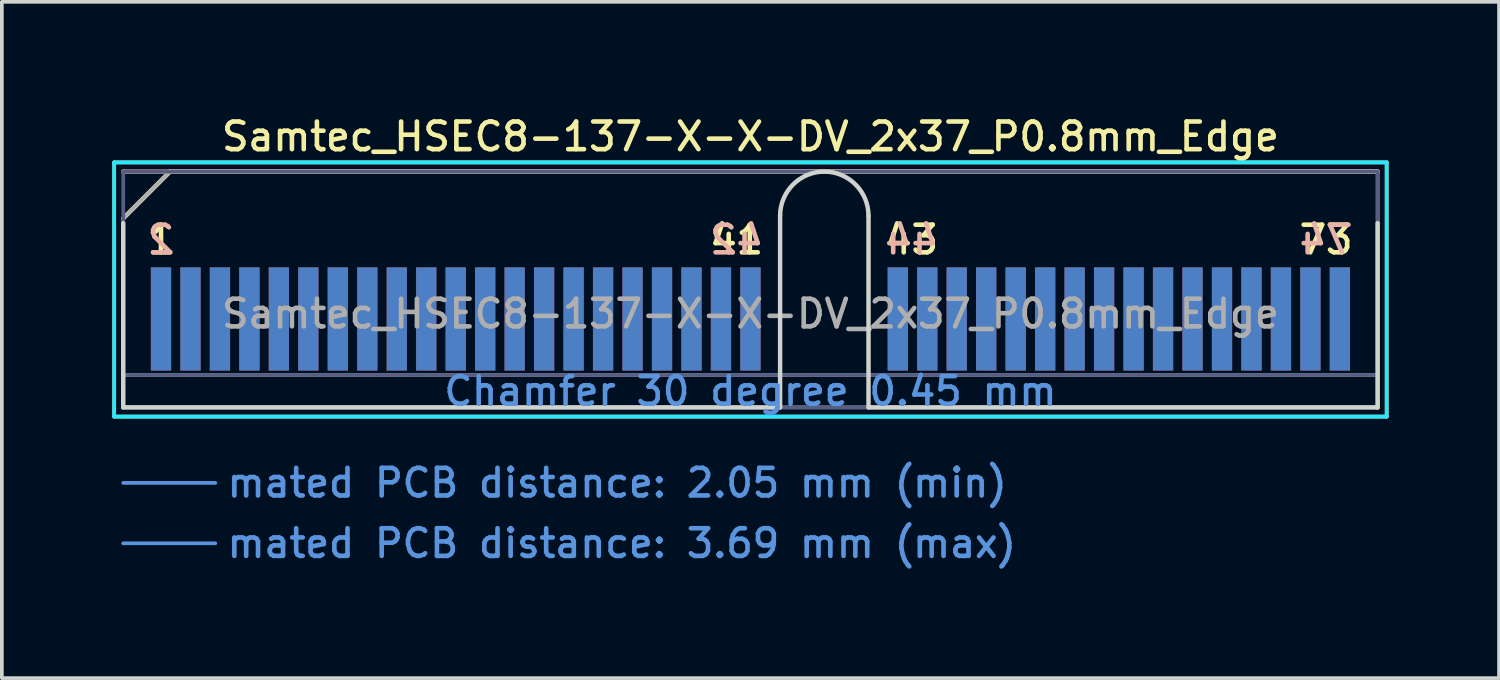
<source format=kicad_pcb>
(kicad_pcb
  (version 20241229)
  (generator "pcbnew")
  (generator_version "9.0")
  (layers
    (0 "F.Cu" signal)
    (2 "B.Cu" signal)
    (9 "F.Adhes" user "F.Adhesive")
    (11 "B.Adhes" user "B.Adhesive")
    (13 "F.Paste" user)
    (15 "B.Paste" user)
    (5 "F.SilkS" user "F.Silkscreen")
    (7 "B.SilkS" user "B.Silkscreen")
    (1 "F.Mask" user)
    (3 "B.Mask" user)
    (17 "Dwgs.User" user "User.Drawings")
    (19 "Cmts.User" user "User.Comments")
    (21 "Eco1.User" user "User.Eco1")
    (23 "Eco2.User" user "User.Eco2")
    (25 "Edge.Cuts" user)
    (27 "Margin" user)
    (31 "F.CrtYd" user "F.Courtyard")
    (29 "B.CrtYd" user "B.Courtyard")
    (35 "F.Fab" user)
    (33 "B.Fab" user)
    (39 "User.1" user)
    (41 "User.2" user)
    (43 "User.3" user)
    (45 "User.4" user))
  (footprint "Samtec_HSEC8-137-X-X-DV_2x37_P0.8mm_Edge"
    (layer "F.Cu")
    (at 17.32 8.008)
    (property "Reference" "Samtec_HSEC8-137-X-X-DV_2x37_P0.8mm_Edge" (at 0 -7.35 0) (layer "F.SilkS") (effects (font (size 0.75 0.75) (thickness 0.125))))
    (attr exclude_from_pos_files exclude_from_bom)
    (fp_line (start -17.27 -6.65) (end -17.27 0.25) (stroke (width 0.1) (type solid)) (layer "F.SilkS"))
    (fp_line (start -17.27 0.25) (end 17.27 0.25) (stroke (width 0.1) (type solid)) (layer "F.SilkS"))
    (fp_line (start -17.025 -5.13) (end -15.755 -6.4) (stroke (width 0.12) (type solid)) (layer "F.SilkS"))
    (fp_line (start -15.755 -6.4) (end 17.025 -6.4) (stroke (width 0.12) (type solid)) (layer "F.SilkS"))
    (fp_line (start 17.27 -6.65) (end -17.27 -6.65) (stroke (width 0.1) (type solid)) (layer "F.SilkS"))
    (fp_line (start 17.27 0.25) (end 17.27 -6.65) (stroke (width 0.1) (type solid)) (layer "F.SilkS"))
    (fp_line (start -17.025 -6.4) (end -17.025 -6.4) (stroke (width 0.12) (type solid)) (layer "B.SilkS"))
    (fp_line (start -17.025 -6.4) (end 17.025 -6.4) (stroke (width 0.12) (type solid)) (layer "B.SilkS"))
    (fp_line (start -17.025 2.05) (end -14.525 2.05) (stroke (width 0.1) (type solid)) (layer "Cmts.User"))
    (fp_line (start -17.025 3.69) (end -14.525 3.69) (stroke (width 0.1) (type solid)) (layer "Cmts.User"))
    (fp_line (start -17.025 -5) (end -17.025 0) (stroke (width 0.12) (type solid)) (layer "Edge.Cuts"))
    (fp_line (start -17.025 0) (end 0.805 0) (stroke (width 0.12) (type solid)) (layer "Edge.Cuts"))
    (fp_line (start 0.805 0) (end 0.805 -5.2) (stroke (width 0.12) (type solid)) (layer "Edge.Cuts"))
    (fp_line (start 3.205 -5.2) (end 3.205 0) (stroke (width 0.12) (type solid)) (layer "Edge.Cuts"))
    (fp_line (start 3.205 0) (end 17.025 0) (stroke (width 0.12) (type solid)) (layer "Edge.Cuts"))
    (fp_line (start 17.025 0) (end 17.025 -5) (stroke (width 0.12) (type solid)) (layer "Edge.Cuts"))
    (fp_arc (start 0.805 -5.2) (mid 2.005 -6.4) (end 3.205 -5.2) (stroke (width 0.12) (type solid)) (layer "Edge.Cuts"))
    (fp_line (start -17.27 -6.65) (end -17.27 0.25) (stroke (width 0.1) (type solid)) (layer "B.CrtYd"))
    (fp_line (start -17.27 0.25) (end 17.27 0.25) (stroke (width 0.1) (type solid)) (layer "B.CrtYd"))
    (fp_line (start 17.27 -6.65) (end -17.27 -6.65) (stroke (width 0.1) (type solid)) (layer "B.CrtYd"))
    (fp_line (start 17.27 0.25) (end 17.27 -6.65) (stroke (width 0.1) (type solid)) (layer "B.CrtYd"))
    (fp_line (start -17.025 -6.4) (end -17.025 -6.4) (stroke (width 0.1) (type solid)) (layer "B.Fab"))
    (fp_line (start -17.025 -6.4) (end -17.025 0) (stroke (width 0.1) (type solid)) (layer "B.Fab"))
    (fp_line (start -17.025 -6.4) (end 17.025 -6.4) (stroke (width 0.1) (type solid)) (layer "B.Fab"))
    (fp_line (start -17.025 -0.88) (end 17.025 -0.88) (stroke (width 0.1) (type solid)) (layer "B.Fab"))
    (fp_line (start -17.025 0) (end 17.025 0) (stroke (width 0.1) (type solid)) (layer "B.Fab"))
    (fp_line (start 17.025 -6.4) (end 17.025 0) (stroke (width 0.1) (type solid)) (layer "B.Fab"))
    (fp_line (start -17.025 -5.13) (end -17.025 0) (stroke (width 0.1) (type solid)) (layer "F.Fab"))
    (fp_line (start -17.025 -5.13) (end -15.755 -6.4) (stroke (width 0.1) (type solid)) (layer "F.Fab"))
    (fp_line (start -17.025 -0.88) (end 17.025 -0.88) (stroke (width 0.1) (type solid)) (layer "F.Fab"))
    (fp_line (start -17.025 0) (end 17.025 0) (stroke (width 0.1) (type solid)) (layer "F.Fab"))
    (fp_line (start -15.755 -6.4) (end 17.025 -6.4) (stroke (width 0.1) (type solid)) (layer "F.Fab"))
    (fp_line (start 17.025 -6.4) (end 17.025 0) (stroke (width 0.1) (type solid)) (layer "F.Fab"))
    (fp_text user "73" (at 15.625 -4.55 0) (layer "F.SilkS") (effects (font (size 0.75 0.75) (thickness 0.125))))
    (fp_text user "43" (at 4.375 -4.55 0) (layer "F.SilkS") (effects (font (size 0.75 0.75) (thickness 0.125))))
    (fp_text user "1" (at -16 -4.55 0) (layer "F.SilkS") (effects (font (size 0.75 0.75) (thickness 0.125))))
    (fp_text user "41" (at -0.375 -4.55 0) (layer "F.SilkS") (effects (font (size 0.75 0.75) (thickness 0.125))))
    (fp_text user "74" (at 15.625 -4.55 0) (layer "B.SilkS") (effects (font (size 0.75 0.75) (thickness 0.125)) (justify mirror)))
    (fp_text user "2" (at -16 -4.55 0) (layer "B.SilkS") (effects (font (size 0.75 0.75) (thickness 0.125)) (justify mirror)))
    (fp_text user "44" (at 4.375 -4.55 0) (layer "B.SilkS") (effects (font (size 0.75 0.75) (thickness 0.125)) (justify mirror)))
    (fp_text user "42" (at -0.375 -4.55 0) (layer "B.SilkS") (effects (font (size 0.75 0.75) (thickness 0.125)) (justify mirror)))
    (fp_text user "mated PCB distance: 3.69 mm (max)" (at -14.27 3.69 0) (layer "Cmts.User") (effects (font (size 0.75 0.75) (thickness 0.125)) (justify left)))
    (fp_text user "Chamfer 30 degree 0.45 mm" (at 0 -0.44 0) (layer "Cmts.User") (effects (font (size 0.75 0.75) (thickness 0.125))))
    (fp_text user "mated PCB distance: 2.05 mm (min)" (at -14.27 2.05 0) (layer "Cmts.User") (effects (font (size 0.75 0.75) (thickness 0.125)) (justify left)))
    (fp_text user "${REFERENCE}" (at 0 -2.54 0) (layer "F.Fab") (effects (font (size 0.75 0.75) (thickness 0.125))))
    (pad "1" connect rect (at -16 -2.4) (size 0.55 2.8) (layers "F.Cu" "F.Mask"))
    (pad "2" connect rect (at -16 -2.4) (size 0.55 2.8) (layers "B.Cu" "B.Mask"))
    (pad "3" connect rect (at -15.2 -2.4) (size 0.55 2.8) (layers "F.Cu" "F.Mask"))
    (pad "4" connect rect (at -15.2 -2.4) (size 0.55 2.8) (layers "B.Cu" "B.Mask"))
    (pad "5" connect rect (at -14.4 -2.4) (size 0.55 2.8) (layers "F.Cu" "F.Mask"))
    (pad "6" connect rect (at -14.4 -2.4) (size 0.55 2.8) (layers "B.Cu" "B.Mask"))
    (pad "7" connect rect (at -13.6 -2.4) (size 0.55 2.8) (layers "F.Cu" "F.Mask"))
    (pad "8" connect rect (at -13.6 -2.4) (size 0.55 2.8) (layers "B.Cu" "B.Mask"))
    (pad "9" connect rect (at -12.8 -2.4) (size 0.55 2.8) (layers "F.Cu" "F.Mask"))
    (pad "10" connect rect (at -12.8 -2.4) (size 0.55 2.8) (layers "B.Cu" "B.Mask"))
    (pad "11" connect rect (at -12 -2.4) (size 0.55 2.8) (layers "F.Cu" "F.Mask"))
    (pad "12" connect rect (at -12 -2.4) (size 0.55 2.8) (layers "B.Cu" "B.Mask"))
    (pad "13" connect rect (at -11.2 -2.4) (size 0.55 2.8) (layers "F.Cu" "F.Mask"))
    (pad "14" connect rect (at -11.2 -2.4) (size 0.55 2.8) (layers "B.Cu" "B.Mask"))
    (pad "15" connect rect (at -10.4 -2.4) (size 0.55 2.8) (layers "F.Cu" "F.Mask"))
    (pad "16" connect rect (at -10.4 -2.4) (size 0.55 2.8) (layers "B.Cu" "B.Mask"))
    (pad "17" connect rect (at -9.6 -2.4) (size 0.55 2.8) (layers "F.Cu" "F.Mask"))
    (pad "18" connect rect (at -9.6 -2.4) (size 0.55 2.8) (layers "B.Cu" "B.Mask"))
    (pad "19" connect rect (at -8.8 -2.4) (size 0.55 2.8) (layers "F.Cu" "F.Mask"))
    (pad "20" connect rect (at -8.8 -2.4) (size 0.55 2.8) (layers "B.Cu" "B.Mask"))
    (pad "21" connect rect (at -8 -2.4) (size 0.55 2.8) (layers "F.Cu" "F.Mask"))
    (pad "22" connect rect (at -8 -2.4) (size 0.55 2.8) (layers "B.Cu" "B.Mask"))
    (pad "23" connect rect (at -7.2 -2.4) (size 0.55 2.8) (layers "F.Cu" "F.Mask"))
    (pad "24" connect rect (at -7.2 -2.4) (size 0.55 2.8) (layers "B.Cu" "B.Mask"))
    (pad "25" connect rect (at -6.4 -2.4) (size 0.55 2.8) (layers "F.Cu" "F.Mask"))
    (pad "26" connect rect (at -6.4 -2.4) (size 0.55 2.8) (layers "B.Cu" "B.Mask"))
    (pad "27" connect rect (at -5.6 -2.4) (size 0.55 2.8) (layers "F.Cu" "F.Mask"))
    (pad "28" connect rect (at -5.6 -2.4) (size 0.55 2.8) (layers "B.Cu" "B.Mask"))
    (pad "29" connect rect (at -4.8 -2.4) (size 0.55 2.8) (layers "F.Cu" "F.Mask"))
    (pad "30" connect rect (at -4.8 -2.4) (size 0.55 2.8) (layers "B.Cu" "B.Mask"))
    (pad "31" connect rect (at -4 -2.4) (size 0.55 2.8) (layers "F.Cu" "F.Mask"))
    (pad "32" connect rect (at -4 -2.4) (size 0.55 2.8) (layers "B.Cu" "B.Mask"))
    (pad "33" connect rect (at -3.2 -2.4) (size 0.55 2.8) (layers "F.Cu" "F.Mask"))
    (pad "34" connect rect (at -3.2 -2.4) (size 0.55 2.8) (layers "B.Cu" "B.Mask"))
    (pad "35" connect rect (at -2.4 -2.4) (size 0.55 2.8) (layers "F.Cu" "F.Mask"))
    (pad "36" connect rect (at -2.4 -2.4) (size 0.55 2.8) (layers "B.Cu" "B.Mask"))
    (pad "37" connect rect (at -1.6 -2.4) (size 0.55 2.8) (layers "F.Cu" "F.Mask"))
    (pad "38" connect rect (at -1.6 -2.4) (size 0.55 2.8) (layers "B.Cu" "B.Mask"))
    (pad "39" connect rect (at -0.8 -2.4) (size 0.55 2.8) (layers "F.Cu" "F.Mask"))
    (pad "40" connect rect (at -0.8 -2.4) (size 0.55 2.8) (layers "B.Cu" "B.Mask"))
    (pad "41" connect rect (at 0 -2.4) (size 0.55 2.8) (layers "F.Cu" "F.Mask"))
    (pad "42" connect rect (at 0 -2.4) (size 0.55 2.8) (layers "B.Cu" "B.Mask"))
    (pad "43" connect rect (at 4 -2.4) (size 0.55 2.8) (layers "F.Cu" "F.Mask"))
    (pad "44" connect rect (at 4 -2.4) (size 0.55 2.8) (layers "B.Cu" "B.Mask"))
    (pad "45" connect rect (at 4.8 -2.4) (size 0.55 2.8) (layers "F.Cu" "F.Mask"))
    (pad "46" connect rect (at 4.8 -2.4) (size 0.55 2.8) (layers "B.Cu" "B.Mask"))
    (pad "47" connect rect (at 5.6 -2.4) (size 0.55 2.8) (layers "F.Cu" "F.Mask"))
    (pad "48" connect rect (at 5.6 -2.4) (size 0.55 2.8) (layers "B.Cu" "B.Mask"))
    (pad "49" connect rect (at 6.4 -2.4) (size 0.55 2.8) (layers "F.Cu" "F.Mask"))
    (pad "50" connect rect (at 6.4 -2.4) (size 0.55 2.8) (layers "B.Cu" "B.Mask"))
    (pad "51" connect rect (at 7.2 -2.4) (size 0.55 2.8) (layers "F.Cu" "F.Mask"))
    (pad "52" connect rect (at 7.2 -2.4) (size 0.55 2.8) (layers "B.Cu" "B.Mask"))
    (pad "53" connect rect (at 8 -2.4) (size 0.55 2.8) (layers "F.Cu" "F.Mask"))
    (pad "54" connect rect (at 8 -2.4) (size 0.55 2.8) (layers "B.Cu" "B.Mask"))
    (pad "55" connect rect (at 8.8 -2.4) (size 0.55 2.8) (layers "F.Cu" "F.Mask"))
    (pad "56" connect rect (at 8.8 -2.4) (size 0.55 2.8) (layers "B.Cu" "B.Mask"))
    (pad "57" connect rect (at 9.6 -2.4) (size 0.55 2.8) (layers "F.Cu" "F.Mask"))
    (pad "58" connect rect (at 9.6 -2.4) (size 0.55 2.8) (layers "B.Cu" "B.Mask"))
    (pad "59" connect rect (at 10.4 -2.4) (size 0.55 2.8) (layers "F.Cu" "F.Mask"))
    (pad "60" connect rect (at 10.4 -2.4) (size 0.55 2.8) (layers "B.Cu" "B.Mask"))
    (pad "61" connect rect (at 11.2 -2.4) (size 0.55 2.8) (layers "F.Cu" "F.Mask"))
    (pad "62" connect rect (at 11.2 -2.4) (size 0.55 2.8) (layers "B.Cu" "B.Mask"))
    (pad "63" connect rect (at 12 -2.4) (size 0.55 2.8) (layers "F.Cu" "F.Mask"))
    (pad "64" connect rect (at 12 -2.4) (size 0.55 2.8) (layers "B.Cu" "B.Mask"))
    (pad "65" connect rect (at 12.8 -2.4) (size 0.55 2.8) (layers "F.Cu" "F.Mask"))
    (pad "66" connect rect (at 12.8 -2.4) (size 0.55 2.8) (layers "B.Cu" "B.Mask"))
    (pad "67" connect rect (at 13.6 -2.4) (size 0.55 2.8) (layers "F.Cu" "F.Mask"))
    (pad "68" connect rect (at 13.6 -2.4) (size 0.55 2.8) (layers "B.Cu" "B.Mask"))
    (pad "69" connect rect (at 14.4 -2.4) (size 0.55 2.8) (layers "F.Cu" "F.Mask"))
    (pad "70" connect rect (at 14.4 -2.4) (size 0.55 2.8) (layers "B.Cu" "B.Mask"))
    (pad "71" connect rect (at 15.2 -2.4) (size 0.55 2.8) (layers "F.Cu" "F.Mask"))
    (pad "72" connect rect (at 15.2 -2.4) (size 0.55 2.8) (layers "B.Cu" "B.Mask"))
    (pad "73" connect rect (at 16 -2.4) (size 0.55 2.8) (layers "F.Cu" "F.Mask"))
    (pad "74" connect rect (at 16 -2.4) (size 0.55 2.8) (layers "B.Cu" "B.Mask")))
  (gr_rect
    (start -3 -3)
    (end 37.64 15.356)
    (stroke (width 0.1) (type default))
    (fill no)
    (layer "Edge.Cuts")))
</source>
